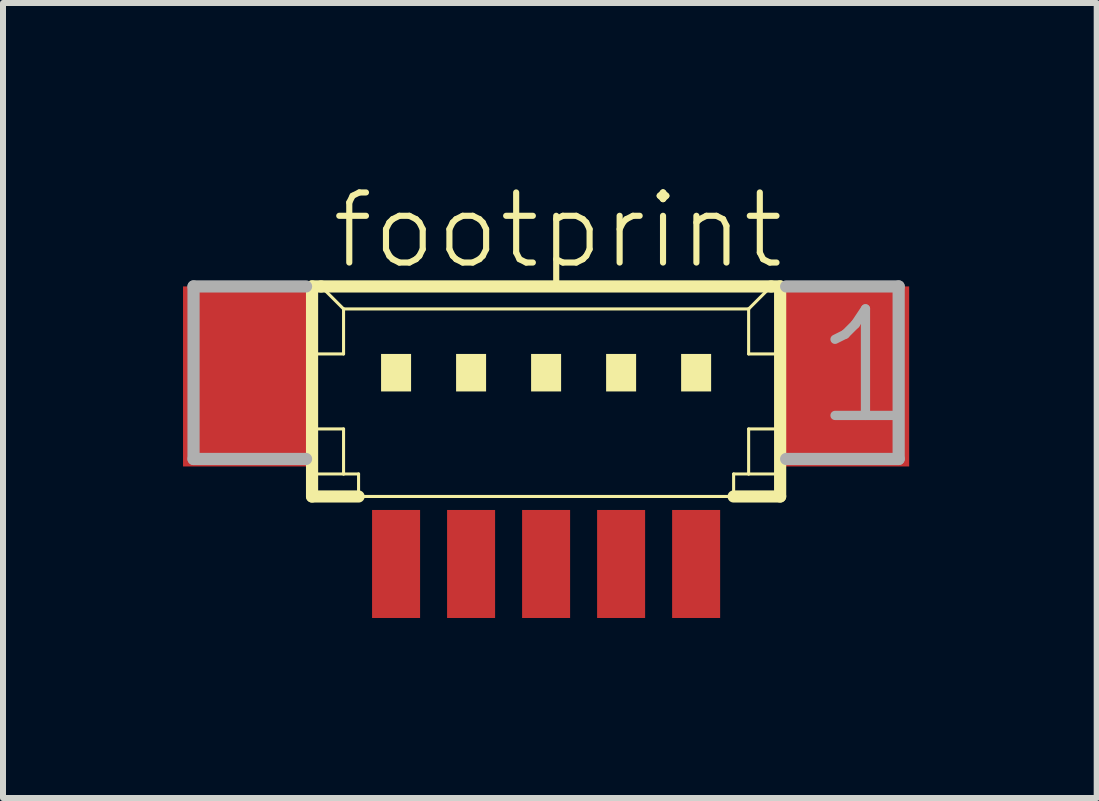
<source format=kicad_pcb>
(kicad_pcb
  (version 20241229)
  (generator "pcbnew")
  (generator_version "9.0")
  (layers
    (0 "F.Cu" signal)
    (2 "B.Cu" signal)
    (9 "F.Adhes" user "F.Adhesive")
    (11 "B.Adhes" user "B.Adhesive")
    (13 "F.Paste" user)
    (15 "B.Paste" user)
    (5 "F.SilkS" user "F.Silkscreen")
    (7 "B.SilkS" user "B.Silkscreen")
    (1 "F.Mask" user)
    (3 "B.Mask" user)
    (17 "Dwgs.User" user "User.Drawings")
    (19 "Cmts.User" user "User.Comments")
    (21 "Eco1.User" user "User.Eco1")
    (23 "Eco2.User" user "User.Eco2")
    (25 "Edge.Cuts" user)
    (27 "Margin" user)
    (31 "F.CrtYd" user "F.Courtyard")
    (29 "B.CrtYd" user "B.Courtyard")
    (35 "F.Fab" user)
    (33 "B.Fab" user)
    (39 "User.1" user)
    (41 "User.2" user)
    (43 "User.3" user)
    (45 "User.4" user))
  (footprint "footprint"
    (layer "F.Cu")
    (at 6.05 3.848)
    (property "Reference" "footprint" (at -3.625 -2.375 0) (layer "F.SilkS") (effects (font (size 1.168 1.168) (thickness 0.102)) (justify left bottom)))
    (fp_line (start -3.9 -2.125) (end -3.9 1.375) (stroke (width 0.203) (type solid)) (layer "F.SilkS"))
    (fp_line (start -3.9 1.375) (end -3.125 1.375) (stroke (width 0.203) (type solid)) (layer "F.SilkS"))
    (fp_line (start -3.875 -1) (end -3.375 -1) (stroke (width 0.051) (type solid)) (layer "F.SilkS"))
    (fp_line (start -3.875 0.25) (end -3.375 0.25) (stroke (width 0.051) (type solid)) (layer "F.SilkS"))
    (fp_line (start -3.875 1) (end -3.375 1) (stroke (width 0.051) (type solid)) (layer "F.SilkS"))
    (fp_line (start -3.75 -2.125) (end -3.9 -2.125) (stroke (width 0.203) (type solid)) (layer "F.SilkS"))
    (fp_line (start -3.375 -1.75) (end -3.75 -2.125) (stroke (width 0.051) (type solid)) (layer "F.SilkS"))
    (fp_line (start -3.375 -1.75) (end 3.375 -1.75) (stroke (width 0.051) (type solid)) (layer "F.SilkS"))
    (fp_line (start -3.375 -1) (end -3.375 -1.75) (stroke (width 0.051) (type solid)) (layer "F.SilkS"))
    (fp_line (start -3.375 0.25) (end -3.375 1) (stroke (width 0.051) (type solid)) (layer "F.SilkS"))
    (fp_line (start -3.375 1) (end -3.125 1) (stroke (width 0.051) (type solid)) (layer "F.SilkS"))
    (fp_line (start -3.125 1) (end -3.125 1.375) (stroke (width 0.051) (type solid)) (layer "F.SilkS"))
    (fp_line (start -3.125 1.375) (end 3.125 1.375) (stroke (width 0.051) (type solid)) (layer "F.SilkS"))
    (fp_line (start 3.125 1) (end 3.125 1.375) (stroke (width 0.051) (type solid)) (layer "F.SilkS"))
    (fp_line (start 3.125 1) (end 3.375 1) (stroke (width 0.051) (type solid)) (layer "F.SilkS"))
    (fp_line (start 3.125 1.375) (end 3.9 1.375) (stroke (width 0.203) (type solid)) (layer "F.SilkS"))
    (fp_line (start 3.375 -1.75) (end 3.375 -1) (stroke (width 0.051) (type solid)) (layer "F.SilkS"))
    (fp_line (start 3.375 -1.75) (end 3.75 -2.125) (stroke (width 0.051) (type solid)) (layer "F.SilkS"))
    (fp_line (start 3.375 -1) (end 3.875 -1) (stroke (width 0.051) (type solid)) (layer "F.SilkS"))
    (fp_line (start 3.375 0.25) (end 3.375 1) (stroke (width 0.051) (type solid)) (layer "F.SilkS"))
    (fp_line (start 3.375 0.25) (end 3.875 0.25) (stroke (width 0.051) (type solid)) (layer "F.SilkS"))
    (fp_line (start 3.375 1) (end 3.875 1) (stroke (width 0.051) (type solid)) (layer "F.SilkS"))
    (fp_line (start 3.75 -2.125) (end -3.75 -2.125) (stroke (width 0.203) (type solid)) (layer "F.SilkS"))
    (fp_line (start 3.9 -2.125) (end 3.75 -2.125) (stroke (width 0.203) (type solid)) (layer "F.SilkS"))
    (fp_line (start 3.9 1.375) (end 3.9 -2.125) (stroke (width 0.203) (type solid)) (layer "F.SilkS"))
    (fp_poly (pts (xy -2.75 -0.375) (xy -2.25 -0.375) (xy -2.25 -1) (xy -2.75 -1)) (stroke (width 0) (type solid)) (fill yes) (layer "F.SilkS"))
    (fp_poly (pts (xy -1.5 -0.375) (xy -1 -0.375) (xy -1 -1) (xy -1.5 -1)) (stroke (width 0) (type solid)) (fill yes) (layer "F.SilkS"))
    (fp_poly (pts (xy -0.25 -0.375) (xy 0.25 -0.375) (xy 0.25 -1) (xy -0.25 -1)) (stroke (width 0) (type solid)) (fill yes) (layer "F.SilkS"))
    (fp_poly (pts (xy 1 -0.375) (xy 1.5 -0.375) (xy 1.5 -1) (xy 1 -1)) (stroke (width 0) (type solid)) (fill yes) (layer "F.SilkS"))
    (fp_poly (pts (xy 2.25 -0.375) (xy 2.75 -0.375) (xy 2.75 -1) (xy 2.25 -1)) (stroke (width 0) (type solid)) (fill yes) (layer "F.SilkS"))
    (fp_line (start -5.875 -2.125) (end -5.875 0.75) (stroke (width 0.203) (type solid)) (layer "F.Fab"))
    (fp_line (start -5.875 0.75) (end -4 0.75) (stroke (width 0.203) (type solid)) (layer "F.Fab"))
    (fp_line (start -4 -2.125) (end -5.875 -2.125) (stroke (width 0.203) (type solid)) (layer "F.Fab"))
    (fp_line (start 4 0.75) (end 5.875 0.75) (stroke (width 0.203) (type solid)) (layer "F.Fab"))
    (fp_line (start 5.875 -2.125) (end 4 -2.125) (stroke (width 0.203) (type solid)) (layer "F.Fab"))
    (fp_line (start 5.875 0.75) (end 5.875 -2.125) (stroke (width 0.203) (type solid)) (layer "F.Fab"))
    (fp_text user "1" (at 4.375 0.25 0) (layer "F.Fab") (effects (font (size 1.776 1.776) (thickness 0.154)) (justify left bottom)))
    (pad "1" smd rect (at 2.5 2.5) (size 0.8 1.8) (layers "F.Cu" "F.Mask" "F.Paste"))
    (pad "2" smd rect (at 1.25 2.5) (size 0.8 1.8) (layers "F.Cu" "F.Mask" "F.Paste"))
    (pad "3" smd rect (at 0 2.5) (size 0.8 1.8) (layers "F.Cu" "F.Mask" "F.Paste"))
    (pad "4" smd rect (at -1.25 2.5) (size 0.8 1.8) (layers "F.Cu" "F.Mask" "F.Paste"))
    (pad "5" smd rect (at -2.5 2.5) (size 0.8 1.8) (layers "F.Cu" "F.Mask" "F.Paste"))
    (pad "S1" smd rect (at 5 -0.625) (size 2.1 3) (layers "F.Cu" "F.Mask" "F.Paste"))
    (pad "S2" smd rect (at -5 -0.625) (size 2.1 3) (layers "F.Cu" "F.Mask" "F.Paste")))
  (gr_rect
    (start -3 -3)
    (end 15.225 10.248)
    (stroke (width 0.1) (type default))
    (fill no)
    (layer "Edge.Cuts")))
</source>
